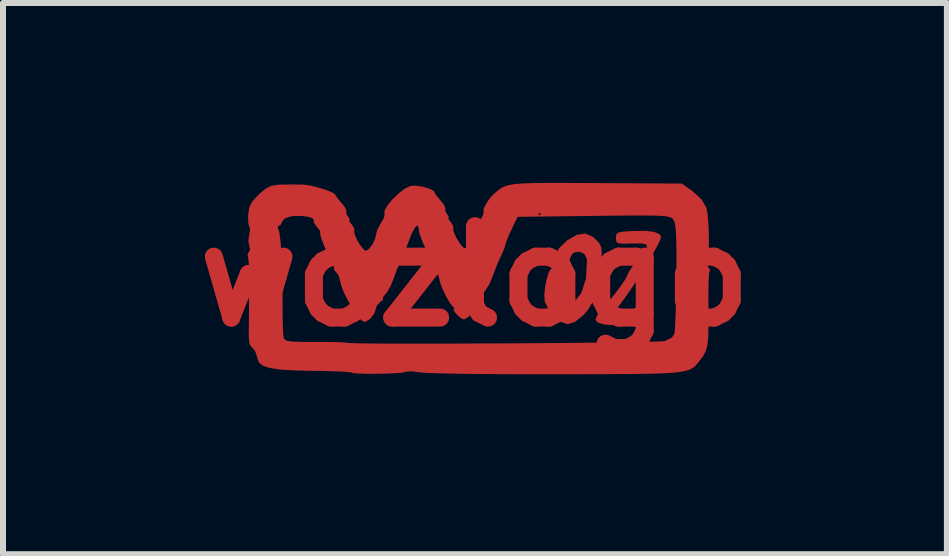
<source format=kicad_pcb>
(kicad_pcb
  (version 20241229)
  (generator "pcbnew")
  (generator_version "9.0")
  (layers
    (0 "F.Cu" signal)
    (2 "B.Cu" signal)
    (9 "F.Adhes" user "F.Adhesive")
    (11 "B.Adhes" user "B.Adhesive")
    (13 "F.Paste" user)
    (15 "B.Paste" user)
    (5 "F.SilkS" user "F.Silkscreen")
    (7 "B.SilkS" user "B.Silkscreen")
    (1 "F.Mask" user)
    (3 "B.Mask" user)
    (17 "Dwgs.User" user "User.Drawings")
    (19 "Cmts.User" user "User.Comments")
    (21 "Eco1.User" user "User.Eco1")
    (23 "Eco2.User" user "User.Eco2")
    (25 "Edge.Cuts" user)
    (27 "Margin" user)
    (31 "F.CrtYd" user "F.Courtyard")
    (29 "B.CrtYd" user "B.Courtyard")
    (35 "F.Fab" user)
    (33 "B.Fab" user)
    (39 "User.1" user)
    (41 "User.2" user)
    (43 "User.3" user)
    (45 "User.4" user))
  (footprint "wozlogo"
    (layer "F.Cu")
    (at 4.87 1.556)
    (property "Reference" "wozlogo" (at 0 0 0) (layer "F.Cu") (effects (font (size 1.524 1.524) (thickness 0.3))))
    (attr board_only exclude_from_pos_files exclude_from_bom)
    (fp_poly (pts (xy 1.963 -0.659) (xy 2.018 -0.61) (xy 2.079 -0.542) (xy 2.108 -0.475) (xy 2.113 -0.379) (xy 2.101 -0.24) (xy 2.065 0.047) (xy 2.02 0.265) (xy 1.961 0.432) (xy 1.883 0.563) (xy 1.812 0.644) (xy 1.669 0.761) (xy 1.544 0.8) (xy 1.424 0.761) (xy 1.316 0.667) (xy 1.229 0.554) (xy 1.17 0.439) (xy 1.164 0.421) (xy 1.415 0.421) (xy 1.417 0.445) (xy 1.432 0.531) (xy 1.436 0.563) (xy 1.467 0.577) (xy 1.548 0.529) (xy 1.644 0.449) (xy 1.776 0.273) (xy 1.851 0.036) (xy 1.868 -0.263) (xy 1.867 -0.283) (xy 1.828 -0.368) (xy 1.746 -0.41) (xy 1.654 -0.396) (xy 1.626 -0.374) (xy 1.587 -0.303) (xy 1.541 -0.174) (xy 1.494 -0.012) (xy 1.453 0.158) (xy 1.425 0.311) (xy 1.415 0.421) (xy 1.164 0.421) (xy 1.162 0.412) (xy 1.156 0.311) (xy 1.169 0.181) (xy 1.195 0.048) (xy 1.229 -0.062) (xy 1.265 -0.122) (xy 1.276 -0.127) (xy 1.308 -0.159) (xy 1.307 -0.18) (xy 1.323 -0.325) (xy 1.407 -0.473) (xy 1.536 -0.596) (xy 1.7 -0.691) (xy 1.838 -0.712)) (stroke (width 0) (type solid)) (fill yes) (layer "F.Cu"))
    (fp_poly (pts (xy 2.988 -0.74) (xy 3.074 -0.702) (xy 3.104 -0.66) (xy 3.09 -0.607) (xy 3.037 -0.499) (xy 2.954 -0.35) (xy 2.851 -0.176) (xy 2.737 0.008) (xy 2.62 0.188) (xy 2.509 0.349) (xy 2.418 0.472) (xy 2.329 0.584) (xy 2.424 0.608) (xy 2.531 0.619) (xy 2.663 0.613) (xy 2.673 0.612) (xy 2.788 0.617) (xy 2.876 0.652) (xy 2.917 0.705) (xy 2.896 0.76) (xy 2.833 0.783) (xy 2.71 0.8) (xy 2.553 0.812) (xy 2.386 0.816) (xy 2.234 0.812) (xy 2.161 0.804) (xy 2.049 0.775) (xy 2.009 0.726) (xy 2.041 0.646) (xy 2.126 0.542) (xy 2.226 0.427) (xy 2.331 0.296) (xy 2.427 0.167) (xy 2.501 0.059) (xy 2.538 -0.008) (xy 2.54 -0.016) (xy 2.564 -0.07) (xy 2.625 -0.164) (xy 2.706 -0.276) (xy 2.79 -0.381) (xy 2.805 -0.398) (xy 2.863 -0.476) (xy 2.863 -0.523) (xy 2.797 -0.545) (xy 2.656 -0.547) (xy 2.614 -0.546) (xy 2.47 -0.542) (xy 2.391 -0.549) (xy 2.357 -0.575) (xy 2.35 -0.626) (xy 2.349 -0.638) (xy 2.355 -0.694) (xy 2.386 -0.726) (xy 2.46 -0.743) (xy 2.596 -0.752) (xy 2.623 -0.754) (xy 2.842 -0.757)) (stroke (width 0) (type solid)) (fill yes) (layer "F.Cu"))
    (fp_poly (pts (xy 1.818 -1.554) (xy 2.011 -1.553) (xy 3.45 -1.545) (xy 3.629 -1.418) (xy 3.774 -1.286) (xy 3.859 -1.143) (xy 3.859 -1.143) (xy 3.878 -1.047) (xy 3.891 -0.9) (xy 3.899 -0.723) (xy 3.901 -0.542) (xy 3.896 -0.379) (xy 3.885 -0.259) (xy 3.872 -0.209) (xy 3.881 -0.16) (xy 3.895 -0.148) (xy 3.921 -0.099) (xy 3.915 -0.084) (xy 3.906 -0.06) (xy 3.9 -0.013) (xy 3.896 0.069) (xy 3.893 0.195) (xy 3.892 0.378) (xy 3.893 0.629) (xy 3.893 0.783) (xy 3.891 0.993) (xy 3.878 1.14) (xy 3.85 1.247) (xy 3.802 1.336) (xy 3.759 1.393) (xy 3.717 1.446) (xy 3.679 1.49) (xy 3.637 1.526) (xy 3.584 1.556) (xy 3.512 1.579) (xy 3.414 1.597) (xy 3.283 1.611) (xy 3.112 1.62) (xy 2.892 1.626) (xy 2.618 1.63) (xy 2.281 1.632) (xy 1.874 1.634) (xy 1.389 1.635) (xy 1.385 1.635) (xy 0.963 1.635) (xy 0.562 1.634) (xy 0.191 1.631) (xy -0.143 1.628) (xy -0.429 1.623) (xy -0.658 1.617) (xy -0.822 1.611) (xy -0.911 1.604) (xy -0.916 1.603) (xy -1.042 1.587) (xy -1.135 1.589) (xy -1.157 1.596) (xy -1.216 1.609) (xy -1.334 1.618) (xy -1.488 1.624) (xy -1.658 1.627) (xy -1.821 1.627) (xy -1.955 1.622) (xy -2.038 1.614) (xy -2.054 1.607) (xy -2.099 1.599) (xy -2.214 1.591) (xy -2.384 1.584) (xy -2.594 1.579) (xy -2.727 1.577) (xy -3.033 1.57) (xy -3.264 1.555) (xy -3.43 1.529) (xy -3.54 1.491) (xy -3.602 1.439) (xy -3.628 1.369) (xy -3.629 1.358) (xy -3.664 1.255) (xy -3.702 1.203) (xy -3.73 1.175) (xy -3.75 1.147) (xy -3.763 1.105) (xy -3.77 1.036) (xy -3.772 0.924) (xy -3.77 0.755) (xy -3.768 0.529) (xy -3.765 0.225) (xy -3.765 -0.003) (xy -3.769 -0.166) (xy -3.776 -0.272) (xy -3.786 -0.331) (xy -3.792 -0.343) (xy -3.782 -0.391) (xy -3.768 -0.402) (xy -3.747 -0.458) (xy -3.762 -0.497) (xy -3.779 -0.585) (xy -3.766 -0.684) (xy -3.75 -0.775) (xy -3.762 -0.822) (xy -3.762 -0.823) (xy -3.29 -0.823) (xy -3.286 -0.812) (xy -3.262 -0.731) (xy -3.242 -0.577) (xy -3.226 -0.362) (xy -3.215 -0.098) (xy -3.209 0.203) (xy -3.209 0.339) (xy -3.208 0.563) (xy -3.205 0.762) (xy -3.2 0.916) (xy -3.193 1.01) (xy -3.19 1.025) (xy -3.172 1.056) (xy -3.13 1.077) (xy -3.048 1.089) (xy -2.913 1.095) (xy -2.711 1.096) (xy -2.661 1.096) (xy -2.463 1.096) (xy -2.298 1.099) (xy -2.183 1.104) (xy -2.136 1.11) (xy -2.136 1.11) (xy -2.09 1.114) (xy -1.968 1.118) (xy -1.779 1.121) (xy -1.532 1.123) (xy -1.236 1.124) (xy -0.899 1.124) (xy -0.53 1.124) (xy -0.138 1.122) (xy 0.267 1.121) (xy 0.679 1.119) (xy 1.086 1.116) (xy 1.482 1.113) (xy 1.856 1.109) (xy 2.2 1.105) (xy 2.506 1.101) (xy 2.764 1.096) (xy 2.966 1.091) (xy 3.102 1.086) (xy 3.165 1.081) (xy 3.165 1.081) (xy 3.285 1.023) (xy 3.327 0.953) (xy 3.334 0.883) (xy 3.342 0.743) (xy 3.348 0.547) (xy 3.354 0.309) (xy 3.358 0.045) (xy 3.358 -0.009) (xy 3.36 -0.314) (xy 3.358 -0.546) (xy 3.352 -0.715) (xy 3.342 -0.831) (xy 3.327 -0.905) (xy 3.306 -0.947) (xy 3.305 -0.949) (xy 3.282 -0.97) (xy 3.245 -0.986) (xy 3.185 -0.999) (xy 3.093 -1.007) (xy 2.96 -1.012) (xy 2.776 -1.013) (xy 2.531 -1.012) (xy 2.217 -1.009) (xy 1.978 -1.006) (xy 0.711 -0.99) (xy 0.61 -0.781) (xy 0.554 -0.657) (xy 0.517 -0.561) (xy 0.508 -0.528) (xy 0.49 -0.464) (xy 0.446 -0.362) (xy 0.433 -0.337) (xy 0.37 -0.197) (xy 0.31 -0.04) (xy 0.3 -0.012) (xy 0.245 0.121) (xy 0.179 0.231) (xy 0.161 0.253) (xy 0.114 0.314) (xy 0.115 0.34) (xy 0.112 0.358) (xy 0.074 0.384) (xy 0.012 0.451) (xy 0 0.496) (xy -0.029 0.582) (xy -0.095 0.667) (xy -0.169 0.717) (xy -0.188 0.72) (xy -0.236 0.697) (xy -0.296 0.646) (xy -0.344 0.59) (xy -0.357 0.553) (xy -0.349 0.55) (xy -0.345 0.531) (xy -0.36 0.518) (xy -0.417 0.449) (xy -0.484 0.333) (xy -0.546 0.202) (xy -0.586 0.09) (xy -0.593 0.048) (xy -0.622 -0.05) (xy -0.659 -0.103) (xy -0.701 -0.154) (xy -0.699 -0.169) (xy -0.702 -0.203) (xy -0.737 -0.289) (xy -0.778 -0.37) (xy -0.866 -0.553) (xy -0.923 -0.702) (xy -0.942 -0.8) (xy -0.94 -0.815) (xy -0.961 -0.847) (xy -0.964 -0.847) (xy -1.004 -0.807) (xy -1.06 -0.697) (xy -1.127 -0.526) (xy -1.166 -0.411) (xy -1.21 -0.295) (xy -1.251 -0.21) (xy -1.258 -0.2) (xy -1.295 -0.129) (xy -1.339 -0.014) (xy -1.353 0.031) (xy -1.407 0.164) (xy -1.472 0.274) (xy -1.49 0.295) (xy -1.537 0.357) (xy -1.536 0.382) (xy -1.539 0.4) (xy -1.577 0.427) (xy -1.639 0.493) (xy -1.651 0.539) (xy -1.68 0.624) (xy -1.746 0.709) (xy -1.82 0.759) (xy -1.839 0.762) (xy -1.887 0.74) (xy -1.947 0.688) (xy -1.995 0.632) (xy -2.008 0.596) (xy -2 0.592) (xy -1.996 0.573) (xy -2.011 0.56) (xy -2.068 0.491) (xy -2.135 0.375) (xy -2.197 0.245) (xy -2.237 0.132) (xy -2.244 0.09) (xy -2.273 -0.008) (xy -2.31 -0.06) (xy -2.352 -0.112) (xy -2.35 -0.127) (xy -2.353 -0.16) (xy -2.388 -0.247) (xy -2.429 -0.328) (xy -2.501 -0.476) (xy -2.554 -0.608) (xy -2.582 -0.703) (xy -2.579 -0.744) (xy -2.578 -0.744) (xy -2.591 -0.771) (xy -2.636 -0.821) (xy -2.684 -0.89) (xy -2.688 -0.931) (xy -2.704 -0.965) (xy -2.781 -0.991) (xy -2.892 -1.006) (xy -3.015 -1.005) (xy -3.072 -0.997) (xy -3.176 -0.961) (xy -3.217 -0.91) (xy -3.217 -0.908) (xy -3.242 -0.853) (xy -3.262 -0.847) (xy -3.29 -0.823) (xy -3.762 -0.823) (xy -3.778 -0.872) (xy -3.783 -0.975) (xy -3.782 -1.023) (xy -3.764 -1.147) (xy -3.714 -1.246) (xy -3.614 -1.354) (xy -3.602 -1.365) (xy -3.494 -1.458) (xy -3.401 -1.506) (xy -3.284 -1.525) (xy -3.187 -1.529) (xy -3.032 -1.53) (xy -2.896 -1.529) (xy -2.836 -1.526) (xy -2.733 -1.51) (xy -2.605 -1.477) (xy -2.478 -1.437) (xy -2.378 -1.396) (xy -2.329 -1.365) (xy -2.328 -1.361) (xy -2.302 -1.314) (xy -2.238 -1.235) (xy -2.225 -1.221) (xy -2.163 -1.142) (xy -2.144 -1.09) (xy -2.146 -1.085) (xy -2.144 -1.037) (xy -2.118 -0.996) (xy -2.086 -0.944) (xy -2.093 -0.931) (xy -2.092 -0.907) (xy -2.056 -0.864) (xy -2.013 -0.796) (xy -2.013 -0.758) (xy -2.008 -0.701) (xy -1.967 -0.609) (xy -1.909 -0.512) (xy -1.85 -0.441) (xy -1.819 -0.423) (xy -1.764 -0.458) (xy -1.704 -0.54) (xy -1.661 -0.637) (xy -1.651 -0.691) (xy -1.627 -0.779) (xy -1.57 -0.884) (xy -1.568 -0.887) (xy -1.518 -0.972) (xy -1.506 -1.025) (xy -1.508 -1.028) (xy -1.511 -1.085) (xy -1.463 -1.175) (xy -1.378 -1.28) (xy -1.273 -1.382) (xy -1.163 -1.464) (xy -1.071 -1.507) (xy -0.985 -1.511) (xy -0.872 -1.493) (xy -0.764 -1.461) (xy -0.691 -1.425) (xy -0.677 -1.404) (xy -0.651 -1.357) (xy -0.587 -1.278) (xy -0.574 -1.264) (xy -0.512 -1.184) (xy -0.493 -1.132) (xy -0.495 -1.127) (xy -0.493 -1.08) (xy -0.467 -1.038) (xy -0.435 -0.986) (xy -0.442 -0.974) (xy -0.441 -0.949) (xy -0.405 -0.907) (xy -0.362 -0.839) (xy -0.362 -0.8) (xy -0.357 -0.743) (xy -0.316 -0.651) (xy -0.258 -0.554) (xy -0.199 -0.483) (xy -0.168 -0.466) (xy -0.113 -0.5) (xy -0.053 -0.583) (xy -0.01 -0.679) (xy 0 -0.733) (xy 0.024 -0.822) (xy 0.081 -0.926) (xy 0.083 -0.93) (xy 0.133 -1.014) (xy 0.139 -1.037) (xy 1.058 -1.037) (xy 1.079 -1.016) (xy 1.101 -1.037) (xy 1.079 -1.058) (xy 1.058 -1.037) (xy 0.139 -1.037) (xy 0.145 -1.067) (xy 0.143 -1.07) (xy 0.143 -1.123) (xy 0.186 -1.212) (xy 0.256 -1.311) (xy 0.314 -1.37) (xy 0.371 -1.421) (xy 0.424 -1.462) (xy 0.482 -1.494) (xy 0.554 -1.518) (xy 0.651 -1.535) (xy 0.78 -1.546) (xy 0.952 -1.553) (xy 1.176 -1.556) (xy 1.461 -1.556)) (stroke (width 0) (type solid)) (fill yes) (layer "F.Cu")))
  (gr_rect
    (start -3 -3)
    (end 12.739 6.191)
    (stroke (width 0.1) (type default))
    (fill no)
    (layer "Edge.Cuts")))
</source>
